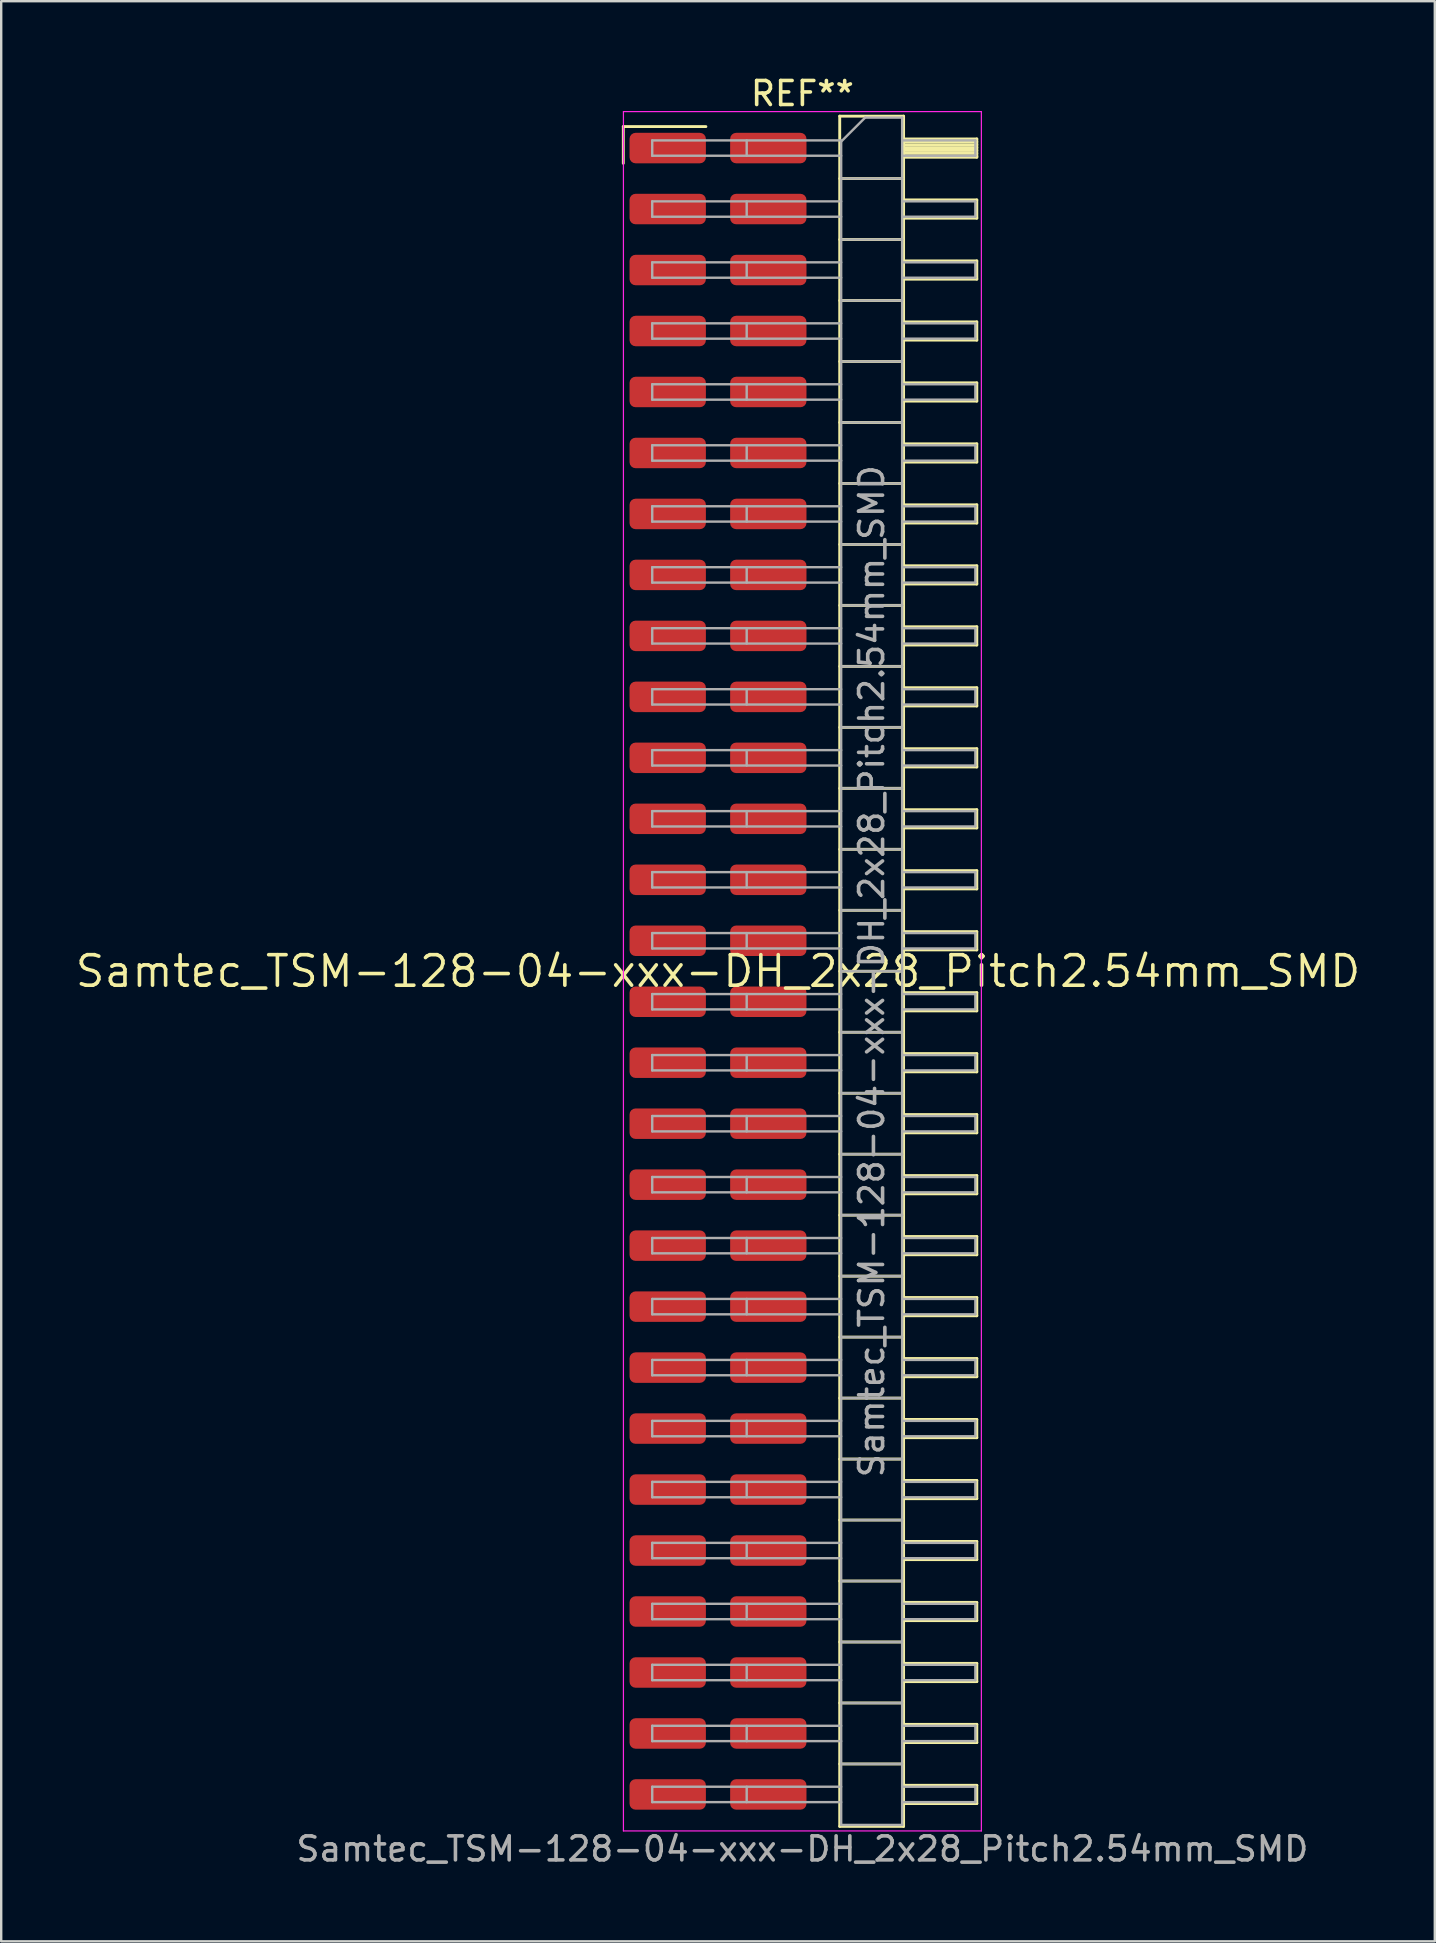
<source format=kicad_pcb>
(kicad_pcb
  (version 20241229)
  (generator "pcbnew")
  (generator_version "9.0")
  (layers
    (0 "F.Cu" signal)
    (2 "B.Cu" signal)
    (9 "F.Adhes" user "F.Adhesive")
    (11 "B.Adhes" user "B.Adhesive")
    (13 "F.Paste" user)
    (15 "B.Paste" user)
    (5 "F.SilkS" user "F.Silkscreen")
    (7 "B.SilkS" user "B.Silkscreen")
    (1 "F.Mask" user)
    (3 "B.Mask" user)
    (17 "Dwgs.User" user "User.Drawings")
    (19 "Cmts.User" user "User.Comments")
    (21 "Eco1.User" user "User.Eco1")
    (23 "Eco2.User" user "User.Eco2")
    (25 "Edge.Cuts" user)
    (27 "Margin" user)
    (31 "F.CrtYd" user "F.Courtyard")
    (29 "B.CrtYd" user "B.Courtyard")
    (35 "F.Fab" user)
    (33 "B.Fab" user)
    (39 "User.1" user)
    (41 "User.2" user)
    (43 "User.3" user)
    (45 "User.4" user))
  (footprint "Samtec_TSM-128-04-xxx-DH_2x28_Pitch2.54mm_SMD"
    (layer "F.Cu")
    (at 26.859 37.408)
    (property "Reference" "Samtec_TSM-128-04-xxx-DH_2x28_Pitch2.54mm_SMD" (at 0 0 0) (layer "F.SilkS") (effects (font (size 1.27 1.27) (thickness 0.15))))
    (attr smd)
    (fp_line (start -3.945 -35.185) (end -0.505 -35.185) (stroke (width 0.12) (type solid)) (layer "F.SilkS"))
    (fp_line (start -3.945 -33.655) (end -3.945 -35.185) (stroke (width 0.12) (type solid)) (layer "F.SilkS"))
    (fp_line (start 5.07 -35.62) (end 7.73 -35.62) (stroke (width 0.12) (type solid)) (layer "F.SilkS"))
    (fp_line (start 5.07 -33.02) (end 7.73 -33.02) (stroke (width 0.12) (type solid)) (layer "F.SilkS"))
    (fp_line (start 5.07 -30.48) (end 7.73 -30.48) (stroke (width 0.12) (type solid)) (layer "F.SilkS"))
    (fp_line (start 5.07 -27.94) (end 7.73 -27.94) (stroke (width 0.12) (type solid)) (layer "F.SilkS"))
    (fp_line (start 5.07 -25.4) (end 7.73 -25.4) (stroke (width 0.12) (type solid)) (layer "F.SilkS"))
    (fp_line (start 5.07 -22.86) (end 7.73 -22.86) (stroke (width 0.12) (type solid)) (layer "F.SilkS"))
    (fp_line (start 5.07 -20.32) (end 7.73 -20.32) (stroke (width 0.12) (type solid)) (layer "F.SilkS"))
    (fp_line (start 5.07 -17.78) (end 7.73 -17.78) (stroke (width 0.12) (type solid)) (layer "F.SilkS"))
    (fp_line (start 5.07 -15.24) (end 7.73 -15.24) (stroke (width 0.12) (type solid)) (layer "F.SilkS"))
    (fp_line (start 5.07 -12.7) (end 7.73 -12.7) (stroke (width 0.12) (type solid)) (layer "F.SilkS"))
    (fp_line (start 5.07 -10.16) (end 7.73 -10.16) (stroke (width 0.12) (type solid)) (layer "F.SilkS"))
    (fp_line (start 5.07 -7.62) (end 7.73 -7.62) (stroke (width 0.12) (type solid)) (layer "F.SilkS"))
    (fp_line (start 5.07 -5.08) (end 7.73 -5.08) (stroke (width 0.12) (type solid)) (layer "F.SilkS"))
    (fp_line (start 5.07 -2.54) (end 7.73 -2.54) (stroke (width 0.12) (type solid)) (layer "F.SilkS"))
    (fp_line (start 5.07 0) (end 7.73 0) (stroke (width 0.12) (type solid)) (layer "F.SilkS"))
    (fp_line (start 5.07 2.54) (end 7.73 2.54) (stroke (width 0.12) (type solid)) (layer "F.SilkS"))
    (fp_line (start 5.07 5.08) (end 7.73 5.08) (stroke (width 0.12) (type solid)) (layer "F.SilkS"))
    (fp_line (start 5.07 7.62) (end 7.73 7.62) (stroke (width 0.12) (type solid)) (layer "F.SilkS"))
    (fp_line (start 5.07 10.16) (end 7.73 10.16) (stroke (width 0.12) (type solid)) (layer "F.SilkS"))
    (fp_line (start 5.07 12.7) (end 7.73 12.7) (stroke (width 0.12) (type solid)) (layer "F.SilkS"))
    (fp_line (start 5.07 15.24) (end 7.73 15.24) (stroke (width 0.12) (type solid)) (layer "F.SilkS"))
    (fp_line (start 5.07 17.78) (end 7.73 17.78) (stroke (width 0.12) (type solid)) (layer "F.SilkS"))
    (fp_line (start 5.07 20.32) (end 7.73 20.32) (stroke (width 0.12) (type solid)) (layer "F.SilkS"))
    (fp_line (start 5.07 22.86) (end 7.73 22.86) (stroke (width 0.12) (type solid)) (layer "F.SilkS"))
    (fp_line (start 5.07 25.4) (end 7.73 25.4) (stroke (width 0.12) (type solid)) (layer "F.SilkS"))
    (fp_line (start 5.07 27.94) (end 7.73 27.94) (stroke (width 0.12) (type solid)) (layer "F.SilkS"))
    (fp_line (start 5.07 30.48) (end 7.73 30.48) (stroke (width 0.12) (type solid)) (layer "F.SilkS"))
    (fp_line (start 5.07 33.02) (end 7.73 33.02) (stroke (width 0.12) (type solid)) (layer "F.SilkS"))
    (fp_line (start 5.07 35.62) (end 5.07 -35.62) (stroke (width 0.12) (type solid)) (layer "F.SilkS"))
    (fp_line (start 7.73 -35.62) (end 7.73 35.62) (stroke (width 0.12) (type solid)) (layer "F.SilkS"))
    (fp_line (start 7.73 -34.67) (end 10.78 -34.67) (stroke (width 0.12) (type solid)) (layer "F.SilkS"))
    (fp_line (start 7.73 -34.55) (end 10.78 -34.55) (stroke (width 0.12) (type solid)) (layer "F.SilkS"))
    (fp_line (start 7.73 -34.43) (end 10.78 -34.43) (stroke (width 0.12) (type solid)) (layer "F.SilkS"))
    (fp_line (start 7.73 -34.31) (end 10.78 -34.31) (stroke (width 0.12) (type solid)) (layer "F.SilkS"))
    (fp_line (start 7.73 -34.19) (end 10.78 -34.19) (stroke (width 0.12) (type solid)) (layer "F.SilkS"))
    (fp_line (start 7.73 -34.07) (end 10.78 -34.07) (stroke (width 0.12) (type solid)) (layer "F.SilkS"))
    (fp_line (start 7.73 -33.95) (end 10.78 -33.95) (stroke (width 0.12) (type solid)) (layer "F.SilkS"))
    (fp_line (start 7.73 -33.91) (end 10.78 -33.91) (stroke (width 0.12) (type solid)) (layer "F.SilkS"))
    (fp_line (start 7.73 -32.13) (end 10.78 -32.13) (stroke (width 0.12) (type solid)) (layer "F.SilkS"))
    (fp_line (start 7.73 -31.37) (end 10.78 -31.37) (stroke (width 0.12) (type solid)) (layer "F.SilkS"))
    (fp_line (start 7.73 -29.59) (end 10.78 -29.59) (stroke (width 0.12) (type solid)) (layer "F.SilkS"))
    (fp_line (start 7.73 -28.83) (end 10.78 -28.83) (stroke (width 0.12) (type solid)) (layer "F.SilkS"))
    (fp_line (start 7.73 -27.05) (end 10.78 -27.05) (stroke (width 0.12) (type solid)) (layer "F.SilkS"))
    (fp_line (start 7.73 -26.29) (end 10.78 -26.29) (stroke (width 0.12) (type solid)) (layer "F.SilkS"))
    (fp_line (start 7.73 -24.51) (end 10.78 -24.51) (stroke (width 0.12) (type solid)) (layer "F.SilkS"))
    (fp_line (start 7.73 -23.75) (end 10.78 -23.75) (stroke (width 0.12) (type solid)) (layer "F.SilkS"))
    (fp_line (start 7.73 -21.97) (end 10.78 -21.97) (stroke (width 0.12) (type solid)) (layer "F.SilkS"))
    (fp_line (start 7.73 -21.21) (end 10.78 -21.21) (stroke (width 0.12) (type solid)) (layer "F.SilkS"))
    (fp_line (start 7.73 -19.43) (end 10.78 -19.43) (stroke (width 0.12) (type solid)) (layer "F.SilkS"))
    (fp_line (start 7.73 -18.67) (end 10.78 -18.67) (stroke (width 0.12) (type solid)) (layer "F.SilkS"))
    (fp_line (start 7.73 -16.89) (end 10.78 -16.89) (stroke (width 0.12) (type solid)) (layer "F.SilkS"))
    (fp_line (start 7.73 -16.13) (end 10.78 -16.13) (stroke (width 0.12) (type solid)) (layer "F.SilkS"))
    (fp_line (start 7.73 -14.35) (end 10.78 -14.35) (stroke (width 0.12) (type solid)) (layer "F.SilkS"))
    (fp_line (start 7.73 -13.59) (end 10.78 -13.59) (stroke (width 0.12) (type solid)) (layer "F.SilkS"))
    (fp_line (start 7.73 -11.81) (end 10.78 -11.81) (stroke (width 0.12) (type solid)) (layer "F.SilkS"))
    (fp_line (start 7.73 -11.05) (end 10.78 -11.05) (stroke (width 0.12) (type solid)) (layer "F.SilkS"))
    (fp_line (start 7.73 -9.27) (end 10.78 -9.27) (stroke (width 0.12) (type solid)) (layer "F.SilkS"))
    (fp_line (start 7.73 -8.51) (end 10.78 -8.51) (stroke (width 0.12) (type solid)) (layer "F.SilkS"))
    (fp_line (start 7.73 -6.73) (end 10.78 -6.73) (stroke (width 0.12) (type solid)) (layer "F.SilkS"))
    (fp_line (start 7.73 -5.97) (end 10.78 -5.97) (stroke (width 0.12) (type solid)) (layer "F.SilkS"))
    (fp_line (start 7.73 -4.19) (end 10.78 -4.19) (stroke (width 0.12) (type solid)) (layer "F.SilkS"))
    (fp_line (start 7.73 -3.43) (end 10.78 -3.43) (stroke (width 0.12) (type solid)) (layer "F.SilkS"))
    (fp_line (start 7.73 -1.65) (end 10.78 -1.65) (stroke (width 0.12) (type solid)) (layer "F.SilkS"))
    (fp_line (start 7.73 -0.89) (end 10.78 -0.89) (stroke (width 0.12) (type solid)) (layer "F.SilkS"))
    (fp_line (start 7.73 0.89) (end 10.78 0.89) (stroke (width 0.12) (type solid)) (layer "F.SilkS"))
    (fp_line (start 7.73 1.65) (end 10.78 1.65) (stroke (width 0.12) (type solid)) (layer "F.SilkS"))
    (fp_line (start 7.73 3.43) (end 10.78 3.43) (stroke (width 0.12) (type solid)) (layer "F.SilkS"))
    (fp_line (start 7.73 4.19) (end 10.78 4.19) (stroke (width 0.12) (type solid)) (layer "F.SilkS"))
    (fp_line (start 7.73 5.97) (end 10.78 5.97) (stroke (width 0.12) (type solid)) (layer "F.SilkS"))
    (fp_line (start 7.73 6.73) (end 10.78 6.73) (stroke (width 0.12) (type solid)) (layer "F.SilkS"))
    (fp_line (start 7.73 8.51) (end 10.78 8.51) (stroke (width 0.12) (type solid)) (layer "F.SilkS"))
    (fp_line (start 7.73 9.27) (end 10.78 9.27) (stroke (width 0.12) (type solid)) (layer "F.SilkS"))
    (fp_line (start 7.73 11.05) (end 10.78 11.05) (stroke (width 0.12) (type solid)) (layer "F.SilkS"))
    (fp_line (start 7.73 11.81) (end 10.78 11.81) (stroke (width 0.12) (type solid)) (layer "F.SilkS"))
    (fp_line (start 7.73 13.59) (end 10.78 13.59) (stroke (width 0.12) (type solid)) (layer "F.SilkS"))
    (fp_line (start 7.73 14.35) (end 10.78 14.35) (stroke (width 0.12) (type solid)) (layer "F.SilkS"))
    (fp_line (start 7.73 16.13) (end 10.78 16.13) (stroke (width 0.12) (type solid)) (layer "F.SilkS"))
    (fp_line (start 7.73 16.89) (end 10.78 16.89) (stroke (width 0.12) (type solid)) (layer "F.SilkS"))
    (fp_line (start 7.73 18.67) (end 10.78 18.67) (stroke (width 0.12) (type solid)) (layer "F.SilkS"))
    (fp_line (start 7.73 19.43) (end 10.78 19.43) (stroke (width 0.12) (type solid)) (layer "F.SilkS"))
    (fp_line (start 7.73 21.21) (end 10.78 21.21) (stroke (width 0.12) (type solid)) (layer "F.SilkS"))
    (fp_line (start 7.73 21.97) (end 10.78 21.97) (stroke (width 0.12) (type solid)) (layer "F.SilkS"))
    (fp_line (start 7.73 23.75) (end 10.78 23.75) (stroke (width 0.12) (type solid)) (layer "F.SilkS"))
    (fp_line (start 7.73 24.51) (end 10.78 24.51) (stroke (width 0.12) (type solid)) (layer "F.SilkS"))
    (fp_line (start 7.73 26.29) (end 10.78 26.29) (stroke (width 0.12) (type solid)) (layer "F.SilkS"))
    (fp_line (start 7.73 27.05) (end 10.78 27.05) (stroke (width 0.12) (type solid)) (layer "F.SilkS"))
    (fp_line (start 7.73 28.83) (end 10.78 28.83) (stroke (width 0.12) (type solid)) (layer "F.SilkS"))
    (fp_line (start 7.73 29.59) (end 10.78 29.59) (stroke (width 0.12) (type solid)) (layer "F.SilkS"))
    (fp_line (start 7.73 31.37) (end 10.78 31.37) (stroke (width 0.12) (type solid)) (layer "F.SilkS"))
    (fp_line (start 7.73 32.13) (end 10.78 32.13) (stroke (width 0.12) (type solid)) (layer "F.SilkS"))
    (fp_line (start 7.73 33.91) (end 10.78 33.91) (stroke (width 0.12) (type solid)) (layer "F.SilkS"))
    (fp_line (start 7.73 34.67) (end 10.78 34.67) (stroke (width 0.12) (type solid)) (layer "F.SilkS"))
    (fp_line (start 7.73 35.62) (end 5.07 35.62) (stroke (width 0.12) (type solid)) (layer "F.SilkS"))
    (fp_line (start 10.78 -34.67) (end 10.78 -33.91) (stroke (width 0.12) (type solid)) (layer "F.SilkS"))
    (fp_line (start 10.78 -32.13) (end 10.78 -31.37) (stroke (width 0.12) (type solid)) (layer "F.SilkS"))
    (fp_line (start 10.78 -29.59) (end 10.78 -28.83) (stroke (width 0.12) (type solid)) (layer "F.SilkS"))
    (fp_line (start 10.78 -27.05) (end 10.78 -26.29) (stroke (width 0.12) (type solid)) (layer "F.SilkS"))
    (fp_line (start 10.78 -24.51) (end 10.78 -23.75) (stroke (width 0.12) (type solid)) (layer "F.SilkS"))
    (fp_line (start 10.78 -21.97) (end 10.78 -21.21) (stroke (width 0.12) (type solid)) (layer "F.SilkS"))
    (fp_line (start 10.78 -19.43) (end 10.78 -18.67) (stroke (width 0.12) (type solid)) (layer "F.SilkS"))
    (fp_line (start 10.78 -16.89) (end 10.78 -16.13) (stroke (width 0.12) (type solid)) (layer "F.SilkS"))
    (fp_line (start 10.78 -14.35) (end 10.78 -13.59) (stroke (width 0.12) (type solid)) (layer "F.SilkS"))
    (fp_line (start 10.78 -11.81) (end 10.78 -11.05) (stroke (width 0.12) (type solid)) (layer "F.SilkS"))
    (fp_line (start 10.78 -9.27) (end 10.78 -8.51) (stroke (width 0.12) (type solid)) (layer "F.SilkS"))
    (fp_line (start 10.78 -6.73) (end 10.78 -5.97) (stroke (width 0.12) (type solid)) (layer "F.SilkS"))
    (fp_line (start 10.78 -4.19) (end 10.78 -3.43) (stroke (width 0.12) (type solid)) (layer "F.SilkS"))
    (fp_line (start 10.78 -1.65) (end 10.78 -0.89) (stroke (width 0.12) (type solid)) (layer "F.SilkS"))
    (fp_line (start 10.78 0.89) (end 10.78 1.65) (stroke (width 0.12) (type solid)) (layer "F.SilkS"))
    (fp_line (start 10.78 3.43) (end 10.78 4.19) (stroke (width 0.12) (type solid)) (layer "F.SilkS"))
    (fp_line (start 10.78 5.97) (end 10.78 6.73) (stroke (width 0.12) (type solid)) (layer "F.SilkS"))
    (fp_line (start 10.78 8.51) (end 10.78 9.27) (stroke (width 0.12) (type solid)) (layer "F.SilkS"))
    (fp_line (start 10.78 11.05) (end 10.78 11.81) (stroke (width 0.12) (type solid)) (layer "F.SilkS"))
    (fp_line (start 10.78 13.59) (end 10.78 14.35) (stroke (width 0.12) (type solid)) (layer "F.SilkS"))
    (fp_line (start 10.78 16.13) (end 10.78 16.89) (stroke (width 0.12) (type solid)) (layer "F.SilkS"))
    (fp_line (start 10.78 18.67) (end 10.78 19.43) (stroke (width 0.12) (type solid)) (layer "F.SilkS"))
    (fp_line (start 10.78 21.21) (end 10.78 21.97) (stroke (width 0.12) (type solid)) (layer "F.SilkS"))
    (fp_line (start 10.78 23.75) (end 10.78 24.51) (stroke (width 0.12) (type solid)) (layer "F.SilkS"))
    (fp_line (start 10.78 26.29) (end 10.78 27.05) (stroke (width 0.12) (type solid)) (layer "F.SilkS"))
    (fp_line (start 10.78 28.83) (end 10.78 29.59) (stroke (width 0.12) (type solid)) (layer "F.SilkS"))
    (fp_line (start 10.78 31.37) (end 10.78 32.13) (stroke (width 0.12) (type solid)) (layer "F.SilkS"))
    (fp_line (start 10.78 33.91) (end 10.78 34.67) (stroke (width 0.12) (type solid)) (layer "F.SilkS"))
    (fp_line (start -3.94 -35.81) (end 10.97 -35.81) (stroke (width 0.05) (type solid)) (layer "F.CrtYd"))
    (fp_line (start -3.94 35.81) (end -3.94 -35.81) (stroke (width 0.05) (type solid)) (layer "F.CrtYd"))
    (fp_line (start 10.97 -35.81) (end 10.97 35.81) (stroke (width 0.05) (type solid)) (layer "F.CrtYd"))
    (fp_line (start 10.97 35.81) (end -3.94 35.81) (stroke (width 0.05) (type solid)) (layer "F.CrtYd"))
    (fp_line (start -2.74 -34.61) (end -2.74 -33.97) (stroke (width 0.1) (type solid)) (layer "F.Fab"))
    (fp_line (start -2.74 -34.61) (end 5.13 -34.61) (stroke (width 0.1) (type solid)) (layer "F.Fab"))
    (fp_line (start -2.74 -33.97) (end 5.13 -33.97) (stroke (width 0.1) (type solid)) (layer "F.Fab"))
    (fp_line (start -2.74 -32.07) (end -2.74 -31.43) (stroke (width 0.1) (type solid)) (layer "F.Fab"))
    (fp_line (start -2.74 -32.07) (end 5.13 -32.07) (stroke (width 0.1) (type solid)) (layer "F.Fab"))
    (fp_line (start -2.74 -31.43) (end 5.13 -31.43) (stroke (width 0.1) (type solid)) (layer "F.Fab"))
    (fp_line (start -2.74 -29.53) (end -2.74 -28.89) (stroke (width 0.1) (type solid)) (layer "F.Fab"))
    (fp_line (start -2.74 -29.53) (end 5.13 -29.53) (stroke (width 0.1) (type solid)) (layer "F.Fab"))
    (fp_line (start -2.74 -28.89) (end 5.13 -28.89) (stroke (width 0.1) (type solid)) (layer "F.Fab"))
    (fp_line (start -2.74 -26.99) (end -2.74 -26.35) (stroke (width 0.1) (type solid)) (layer "F.Fab"))
    (fp_line (start -2.74 -26.99) (end 5.13 -26.99) (stroke (width 0.1) (type solid)) (layer "F.Fab"))
    (fp_line (start -2.74 -26.35) (end 5.13 -26.35) (stroke (width 0.1) (type solid)) (layer "F.Fab"))
    (fp_line (start -2.74 -24.45) (end -2.74 -23.81) (stroke (width 0.1) (type solid)) (layer "F.Fab"))
    (fp_line (start -2.74 -24.45) (end 5.13 -24.45) (stroke (width 0.1) (type solid)) (layer "F.Fab"))
    (fp_line (start -2.74 -23.81) (end 5.13 -23.81) (stroke (width 0.1) (type solid)) (layer "F.Fab"))
    (fp_line (start -2.74 -21.91) (end -2.74 -21.27) (stroke (width 0.1) (type solid)) (layer "F.Fab"))
    (fp_line (start -2.74 -21.91) (end 5.13 -21.91) (stroke (width 0.1) (type solid)) (layer "F.Fab"))
    (fp_line (start -2.74 -21.27) (end 5.13 -21.27) (stroke (width 0.1) (type solid)) (layer "F.Fab"))
    (fp_line (start -2.74 -19.37) (end -2.74 -18.73) (stroke (width 0.1) (type solid)) (layer "F.Fab"))
    (fp_line (start -2.74 -19.37) (end 5.13 -19.37) (stroke (width 0.1) (type solid)) (layer "F.Fab"))
    (fp_line (start -2.74 -18.73) (end 5.13 -18.73) (stroke (width 0.1) (type solid)) (layer "F.Fab"))
    (fp_line (start -2.74 -16.83) (end -2.74 -16.19) (stroke (width 0.1) (type solid)) (layer "F.Fab"))
    (fp_line (start -2.74 -16.83) (end 5.13 -16.83) (stroke (width 0.1) (type solid)) (layer "F.Fab"))
    (fp_line (start -2.74 -16.19) (end 5.13 -16.19) (stroke (width 0.1) (type solid)) (layer "F.Fab"))
    (fp_line (start -2.74 -14.29) (end -2.74 -13.65) (stroke (width 0.1) (type solid)) (layer "F.Fab"))
    (fp_line (start -2.74 -14.29) (end 5.13 -14.29) (stroke (width 0.1) (type solid)) (layer "F.Fab"))
    (fp_line (start -2.74 -13.65) (end 5.13 -13.65) (stroke (width 0.1) (type solid)) (layer "F.Fab"))
    (fp_line (start -2.74 -11.75) (end -2.74 -11.11) (stroke (width 0.1) (type solid)) (layer "F.Fab"))
    (fp_line (start -2.74 -11.75) (end 5.13 -11.75) (stroke (width 0.1) (type solid)) (layer "F.Fab"))
    (fp_line (start -2.74 -11.11) (end 5.13 -11.11) (stroke (width 0.1) (type solid)) (layer "F.Fab"))
    (fp_line (start -2.74 -9.21) (end -2.74 -8.57) (stroke (width 0.1) (type solid)) (layer "F.Fab"))
    (fp_line (start -2.74 -9.21) (end 5.13 -9.21) (stroke (width 0.1) (type solid)) (layer "F.Fab"))
    (fp_line (start -2.74 -8.57) (end 5.13 -8.57) (stroke (width 0.1) (type solid)) (layer "F.Fab"))
    (fp_line (start -2.74 -6.67) (end -2.74 -6.03) (stroke (width 0.1) (type solid)) (layer "F.Fab"))
    (fp_line (start -2.74 -6.67) (end 5.13 -6.67) (stroke (width 0.1) (type solid)) (layer "F.Fab"))
    (fp_line (start -2.74 -6.03) (end 5.13 -6.03) (stroke (width 0.1) (type solid)) (layer "F.Fab"))
    (fp_line (start -2.74 -4.13) (end -2.74 -3.49) (stroke (width 0.1) (type solid)) (layer "F.Fab"))
    (fp_line (start -2.74 -4.13) (end 5.13 -4.13) (stroke (width 0.1) (type solid)) (layer "F.Fab"))
    (fp_line (start -2.74 -3.49) (end 5.13 -3.49) (stroke (width 0.1) (type solid)) (layer "F.Fab"))
    (fp_line (start -2.74 -1.59) (end -2.74 -0.95) (stroke (width 0.1) (type solid)) (layer "F.Fab"))
    (fp_line (start -2.74 -1.59) (end 5.13 -1.59) (stroke (width 0.1) (type solid)) (layer "F.Fab"))
    (fp_line (start -2.74 -0.95) (end 5.13 -0.95) (stroke (width 0.1) (type solid)) (layer "F.Fab"))
    (fp_line (start -2.74 0.95) (end -2.74 1.59) (stroke (width 0.1) (type solid)) (layer "F.Fab"))
    (fp_line (start -2.74 0.95) (end 5.13 0.95) (stroke (width 0.1) (type solid)) (layer "F.Fab"))
    (fp_line (start -2.74 1.59) (end 5.13 1.59) (stroke (width 0.1) (type solid)) (layer "F.Fab"))
    (fp_line (start -2.74 3.49) (end -2.74 4.13) (stroke (width 0.1) (type solid)) (layer "F.Fab"))
    (fp_line (start -2.74 3.49) (end 5.13 3.49) (stroke (width 0.1) (type solid)) (layer "F.Fab"))
    (fp_line (start -2.74 4.13) (end 5.13 4.13) (stroke (width 0.1) (type solid)) (layer "F.Fab"))
    (fp_line (start -2.74 6.03) (end -2.74 6.67) (stroke (width 0.1) (type solid)) (layer "F.Fab"))
    (fp_line (start -2.74 6.03) (end 5.13 6.03) (stroke (width 0.1) (type solid)) (layer "F.Fab"))
    (fp_line (start -2.74 6.67) (end 5.13 6.67) (stroke (width 0.1) (type solid)) (layer "F.Fab"))
    (fp_line (start -2.74 8.57) (end -2.74 9.21) (stroke (width 0.1) (type solid)) (layer "F.Fab"))
    (fp_line (start -2.74 8.57) (end 5.13 8.57) (stroke (width 0.1) (type solid)) (layer "F.Fab"))
    (fp_line (start -2.74 9.21) (end 5.13 9.21) (stroke (width 0.1) (type solid)) (layer "F.Fab"))
    (fp_line (start -2.74 11.11) (end -2.74 11.75) (stroke (width 0.1) (type solid)) (layer "F.Fab"))
    (fp_line (start -2.74 11.11) (end 5.13 11.11) (stroke (width 0.1) (type solid)) (layer "F.Fab"))
    (fp_line (start -2.74 11.75) (end 5.13 11.75) (stroke (width 0.1) (type solid)) (layer "F.Fab"))
    (fp_line (start -2.74 13.65) (end -2.74 14.29) (stroke (width 0.1) (type solid)) (layer "F.Fab"))
    (fp_line (start -2.74 13.65) (end 5.13 13.65) (stroke (width 0.1) (type solid)) (layer "F.Fab"))
    (fp_line (start -2.74 14.29) (end 5.13 14.29) (stroke (width 0.1) (type solid)) (layer "F.Fab"))
    (fp_line (start -2.74 16.19) (end -2.74 16.83) (stroke (width 0.1) (type solid)) (layer "F.Fab"))
    (fp_line (start -2.74 16.19) (end 5.13 16.19) (stroke (width 0.1) (type solid)) (layer "F.Fab"))
    (fp_line (start -2.74 16.83) (end 5.13 16.83) (stroke (width 0.1) (type solid)) (layer "F.Fab"))
    (fp_line (start -2.74 18.73) (end -2.74 19.37) (stroke (width 0.1) (type solid)) (layer "F.Fab"))
    (fp_line (start -2.74 18.73) (end 5.13 18.73) (stroke (width 0.1) (type solid)) (layer "F.Fab"))
    (fp_line (start -2.74 19.37) (end 5.13 19.37) (stroke (width 0.1) (type solid)) (layer "F.Fab"))
    (fp_line (start -2.74 21.27) (end -2.74 21.91) (stroke (width 0.1) (type solid)) (layer "F.Fab"))
    (fp_line (start -2.74 21.27) (end 5.13 21.27) (stroke (width 0.1) (type solid)) (layer "F.Fab"))
    (fp_line (start -2.74 21.91) (end 5.13 21.91) (stroke (width 0.1) (type solid)) (layer "F.Fab"))
    (fp_line (start -2.74 23.81) (end -2.74 24.45) (stroke (width 0.1) (type solid)) (layer "F.Fab"))
    (fp_line (start -2.74 23.81) (end 5.13 23.81) (stroke (width 0.1) (type solid)) (layer "F.Fab"))
    (fp_line (start -2.74 24.45) (end 5.13 24.45) (stroke (width 0.1) (type solid)) (layer "F.Fab"))
    (fp_line (start -2.74 26.35) (end -2.74 26.99) (stroke (width 0.1) (type solid)) (layer "F.Fab"))
    (fp_line (start -2.74 26.35) (end 5.13 26.35) (stroke (width 0.1) (type solid)) (layer "F.Fab"))
    (fp_line (start -2.74 26.99) (end 5.13 26.99) (stroke (width 0.1) (type solid)) (layer "F.Fab"))
    (fp_line (start -2.74 28.89) (end -2.74 29.53) (stroke (width 0.1) (type solid)) (layer "F.Fab"))
    (fp_line (start -2.74 28.89) (end 5.13 28.89) (stroke (width 0.1) (type solid)) (layer "F.Fab"))
    (fp_line (start -2.74 29.53) (end 5.13 29.53) (stroke (width 0.1) (type solid)) (layer "F.Fab"))
    (fp_line (start -2.74 31.43) (end -2.74 32.07) (stroke (width 0.1) (type solid)) (layer "F.Fab"))
    (fp_line (start -2.74 31.43) (end 5.13 31.43) (stroke (width 0.1) (type solid)) (layer "F.Fab"))
    (fp_line (start -2.74 32.07) (end 5.13 32.07) (stroke (width 0.1) (type solid)) (layer "F.Fab"))
    (fp_line (start -2.74 33.97) (end -2.74 34.61) (stroke (width 0.1) (type solid)) (layer "F.Fab"))
    (fp_line (start -2.74 33.97) (end 5.13 33.97) (stroke (width 0.1) (type solid)) (layer "F.Fab"))
    (fp_line (start -2.74 34.61) (end 5.13 34.61) (stroke (width 0.1) (type solid)) (layer "F.Fab"))
    (fp_line (start 1.195 -34.61) (end 1.195 -33.97) (stroke (width 0.1) (type solid)) (layer "F.Fab"))
    (fp_line (start 1.195 -32.07) (end 1.195 -31.43) (stroke (width 0.1) (type solid)) (layer "F.Fab"))
    (fp_line (start 1.195 -29.53) (end 1.195 -28.89) (stroke (width 0.1) (type solid)) (layer "F.Fab"))
    (fp_line (start 1.195 -26.99) (end 1.195 -26.35) (stroke (width 0.1) (type solid)) (layer "F.Fab"))
    (fp_line (start 1.195 -24.45) (end 1.195 -23.81) (stroke (width 0.1) (type solid)) (layer "F.Fab"))
    (fp_line (start 1.195 -21.91) (end 1.195 -21.27) (stroke (width 0.1) (type solid)) (layer "F.Fab"))
    (fp_line (start 1.195 -19.37) (end 1.195 -18.73) (stroke (width 0.1) (type solid)) (layer "F.Fab"))
    (fp_line (start 1.195 -16.83) (end 1.195 -16.19) (stroke (width 0.1) (type solid)) (layer "F.Fab"))
    (fp_line (start 1.195 -14.29) (end 1.195 -13.65) (stroke (width 0.1) (type solid)) (layer "F.Fab"))
    (fp_line (start 1.195 -11.75) (end 1.195 -11.11) (stroke (width 0.1) (type solid)) (layer "F.Fab"))
    (fp_line (start 1.195 -9.21) (end 1.195 -8.57) (stroke (width 0.1) (type solid)) (layer "F.Fab"))
    (fp_line (start 1.195 -6.67) (end 1.195 -6.03) (stroke (width 0.1) (type solid)) (layer "F.Fab"))
    (fp_line (start 1.195 -4.13) (end 1.195 -3.49) (stroke (width 0.1) (type solid)) (layer "F.Fab"))
    (fp_line (start 1.195 -1.59) (end 1.195 -0.95) (stroke (width 0.1) (type solid)) (layer "F.Fab"))
    (fp_line (start 1.195 0.95) (end 1.195 1.59) (stroke (width 0.1) (type solid)) (layer "F.Fab"))
    (fp_line (start 1.195 3.49) (end 1.195 4.13) (stroke (width 0.1) (type solid)) (layer "F.Fab"))
    (fp_line (start 1.195 6.03) (end 1.195 6.67) (stroke (width 0.1) (type solid)) (layer "F.Fab"))
    (fp_line (start 1.195 8.57) (end 1.195 9.21) (stroke (width 0.1) (type solid)) (layer "F.Fab"))
    (fp_line (start 1.195 11.11) (end 1.195 11.75) (stroke (width 0.1) (type solid)) (layer "F.Fab"))
    (fp_line (start 1.195 13.65) (end 1.195 14.29) (stroke (width 0.1) (type solid)) (layer "F.Fab"))
    (fp_line (start 1.195 16.19) (end 1.195 16.83) (stroke (width 0.1) (type solid)) (layer "F.Fab"))
    (fp_line (start 1.195 18.73) (end 1.195 19.37) (stroke (width 0.1) (type solid)) (layer "F.Fab"))
    (fp_line (start 1.195 21.27) (end 1.195 21.91) (stroke (width 0.1) (type solid)) (layer "F.Fab"))
    (fp_line (start 1.195 23.81) (end 1.195 24.45) (stroke (width 0.1) (type solid)) (layer "F.Fab"))
    (fp_line (start 1.195 26.35) (end 1.195 26.99) (stroke (width 0.1) (type solid)) (layer "F.Fab"))
    (fp_line (start 1.195 28.89) (end 1.195 29.53) (stroke (width 0.1) (type solid)) (layer "F.Fab"))
    (fp_line (start 1.195 31.43) (end 1.195 32.07) (stroke (width 0.1) (type solid)) (layer "F.Fab"))
    (fp_line (start 1.195 33.97) (end 1.195 34.61) (stroke (width 0.1) (type solid)) (layer "F.Fab"))
    (fp_line (start 5.13 -34.56) (end 6.13 -35.56) (stroke (width 0.1) (type solid)) (layer "F.Fab"))
    (fp_line (start 5.13 -33.02) (end 7.67 -33.02) (stroke (width 0.1) (type solid)) (layer "F.Fab"))
    (fp_line (start 5.13 -30.48) (end 7.67 -30.48) (stroke (width 0.1) (type solid)) (layer "F.Fab"))
    (fp_line (start 5.13 -27.94) (end 7.67 -27.94) (stroke (width 0.1) (type solid)) (layer "F.Fab"))
    (fp_line (start 5.13 -25.4) (end 7.67 -25.4) (stroke (width 0.1) (type solid)) (layer "F.Fab"))
    (fp_line (start 5.13 -22.86) (end 7.67 -22.86) (stroke (width 0.1) (type solid)) (layer "F.Fab"))
    (fp_line (start 5.13 -20.32) (end 7.67 -20.32) (stroke (width 0.1) (type solid)) (layer "F.Fab"))
    (fp_line (start 5.13 -17.78) (end 7.67 -17.78) (stroke (width 0.1) (type solid)) (layer "F.Fab"))
    (fp_line (start 5.13 -15.24) (end 7.67 -15.24) (stroke (width 0.1) (type solid)) (layer "F.Fab"))
    (fp_line (start 5.13 -12.7) (end 7.67 -12.7) (stroke (width 0.1) (type solid)) (layer "F.Fab"))
    (fp_line (start 5.13 -10.16) (end 7.67 -10.16) (stroke (width 0.1) (type solid)) (layer "F.Fab"))
    (fp_line (start 5.13 -7.62) (end 7.67 -7.62) (stroke (width 0.1) (type solid)) (layer "F.Fab"))
    (fp_line (start 5.13 -5.08) (end 7.67 -5.08) (stroke (width 0.1) (type solid)) (layer "F.Fab"))
    (fp_line (start 5.13 -2.54) (end 7.67 -2.54) (stroke (width 0.1) (type solid)) (layer "F.Fab"))
    (fp_line (start 5.13 0) (end 7.67 0) (stroke (width 0.1) (type solid)) (layer "F.Fab"))
    (fp_line (start 5.13 2.54) (end 7.67 2.54) (stroke (width 0.1) (type solid)) (layer "F.Fab"))
    (fp_line (start 5.13 5.08) (end 7.67 5.08) (stroke (width 0.1) (type solid)) (layer "F.Fab"))
    (fp_line (start 5.13 7.62) (end 7.67 7.62) (stroke (width 0.1) (type solid)) (layer "F.Fab"))
    (fp_line (start 5.13 10.16) (end 7.67 10.16) (stroke (width 0.1) (type solid)) (layer "F.Fab"))
    (fp_line (start 5.13 12.7) (end 7.67 12.7) (stroke (width 0.1) (type solid)) (layer "F.Fab"))
    (fp_line (start 5.13 15.24) (end 7.67 15.24) (stroke (width 0.1) (type solid)) (layer "F.Fab"))
    (fp_line (start 5.13 17.78) (end 7.67 17.78) (stroke (width 0.1) (type solid)) (layer "F.Fab"))
    (fp_line (start 5.13 20.32) (end 7.67 20.32) (stroke (width 0.1) (type solid)) (layer "F.Fab"))
    (fp_line (start 5.13 22.86) (end 7.67 22.86) (stroke (width 0.1) (type solid)) (layer "F.Fab"))
    (fp_line (start 5.13 25.4) (end 7.67 25.4) (stroke (width 0.1) (type solid)) (layer "F.Fab"))
    (fp_line (start 5.13 27.94) (end 7.67 27.94) (stroke (width 0.1) (type solid)) (layer "F.Fab"))
    (fp_line (start 5.13 30.48) (end 7.67 30.48) (stroke (width 0.1) (type solid)) (layer "F.Fab"))
    (fp_line (start 5.13 33.02) (end 7.67 33.02) (stroke (width 0.1) (type solid)) (layer "F.Fab"))
    (fp_line (start 5.13 35.56) (end 5.13 -34.56) (stroke (width 0.1) (type solid)) (layer "F.Fab"))
    (fp_line (start 6.13 -35.56) (end 7.67 -35.56) (stroke (width 0.1) (type solid)) (layer "F.Fab"))
    (fp_line (start 7.67 -35.56) (end 7.67 35.56) (stroke (width 0.1) (type solid)) (layer "F.Fab"))
    (fp_line (start 7.67 -34.61) (end 10.72 -34.61) (stroke (width 0.1) (type solid)) (layer "F.Fab"))
    (fp_line (start 7.67 -33.97) (end 10.72 -33.97) (stroke (width 0.1) (type solid)) (layer "F.Fab"))
    (fp_line (start 7.67 -32.07) (end 10.72 -32.07) (stroke (width 0.1) (type solid)) (layer "F.Fab"))
    (fp_line (start 7.67 -31.43) (end 10.72 -31.43) (stroke (width 0.1) (type solid)) (layer "F.Fab"))
    (fp_line (start 7.67 -29.53) (end 10.72 -29.53) (stroke (width 0.1) (type solid)) (layer "F.Fab"))
    (fp_line (start 7.67 -28.89) (end 10.72 -28.89) (stroke (width 0.1) (type solid)) (layer "F.Fab"))
    (fp_line (start 7.67 -26.99) (end 10.72 -26.99) (stroke (width 0.1) (type solid)) (layer "F.Fab"))
    (fp_line (start 7.67 -26.35) (end 10.72 -26.35) (stroke (width 0.1) (type solid)) (layer "F.Fab"))
    (fp_line (start 7.67 -24.45) (end 10.72 -24.45) (stroke (width 0.1) (type solid)) (layer "F.Fab"))
    (fp_line (start 7.67 -23.81) (end 10.72 -23.81) (stroke (width 0.1) (type solid)) (layer "F.Fab"))
    (fp_line (start 7.67 -21.91) (end 10.72 -21.91) (stroke (width 0.1) (type solid)) (layer "F.Fab"))
    (fp_line (start 7.67 -21.27) (end 10.72 -21.27) (stroke (width 0.1) (type solid)) (layer "F.Fab"))
    (fp_line (start 7.67 -19.37) (end 10.72 -19.37) (stroke (width 0.1) (type solid)) (layer "F.Fab"))
    (fp_line (start 7.67 -18.73) (end 10.72 -18.73) (stroke (width 0.1) (type solid)) (layer "F.Fab"))
    (fp_line (start 7.67 -16.83) (end 10.72 -16.83) (stroke (width 0.1) (type solid)) (layer "F.Fab"))
    (fp_line (start 7.67 -16.19) (end 10.72 -16.19) (stroke (width 0.1) (type solid)) (layer "F.Fab"))
    (fp_line (start 7.67 -14.29) (end 10.72 -14.29) (stroke (width 0.1) (type solid)) (layer "F.Fab"))
    (fp_line (start 7.67 -13.65) (end 10.72 -13.65) (stroke (width 0.1) (type solid)) (layer "F.Fab"))
    (fp_line (start 7.67 -11.75) (end 10.72 -11.75) (stroke (width 0.1) (type solid)) (layer "F.Fab"))
    (fp_line (start 7.67 -11.11) (end 10.72 -11.11) (stroke (width 0.1) (type solid)) (layer "F.Fab"))
    (fp_line (start 7.67 -9.21) (end 10.72 -9.21) (stroke (width 0.1) (type solid)) (layer "F.Fab"))
    (fp_line (start 7.67 -8.57) (end 10.72 -8.57) (stroke (width 0.1) (type solid)) (layer "F.Fab"))
    (fp_line (start 7.67 -6.67) (end 10.72 -6.67) (stroke (width 0.1) (type solid)) (layer "F.Fab"))
    (fp_line (start 7.67 -6.03) (end 10.72 -6.03) (stroke (width 0.1) (type solid)) (layer "F.Fab"))
    (fp_line (start 7.67 -4.13) (end 10.72 -4.13) (stroke (width 0.1) (type solid)) (layer "F.Fab"))
    (fp_line (start 7.67 -3.49) (end 10.72 -3.49) (stroke (width 0.1) (type solid)) (layer "F.Fab"))
    (fp_line (start 7.67 -1.59) (end 10.72 -1.59) (stroke (width 0.1) (type solid)) (layer "F.Fab"))
    (fp_line (start 7.67 -0.95) (end 10.72 -0.95) (stroke (width 0.1) (type solid)) (layer "F.Fab"))
    (fp_line (start 7.67 0.95) (end 10.72 0.95) (stroke (width 0.1) (type solid)) (layer "F.Fab"))
    (fp_line (start 7.67 1.59) (end 10.72 1.59) (stroke (width 0.1) (type solid)) (layer "F.Fab"))
    (fp_line (start 7.67 3.49) (end 10.72 3.49) (stroke (width 0.1) (type solid)) (layer "F.Fab"))
    (fp_line (start 7.67 4.13) (end 10.72 4.13) (stroke (width 0.1) (type solid)) (layer "F.Fab"))
    (fp_line (start 7.67 6.03) (end 10.72 6.03) (stroke (width 0.1) (type solid)) (layer "F.Fab"))
    (fp_line (start 7.67 6.67) (end 10.72 6.67) (stroke (width 0.1) (type solid)) (layer "F.Fab"))
    (fp_line (start 7.67 8.57) (end 10.72 8.57) (stroke (width 0.1) (type solid)) (layer "F.Fab"))
    (fp_line (start 7.67 9.21) (end 10.72 9.21) (stroke (width 0.1) (type solid)) (layer "F.Fab"))
    (fp_line (start 7.67 11.11) (end 10.72 11.11) (stroke (width 0.1) (type solid)) (layer "F.Fab"))
    (fp_line (start 7.67 11.75) (end 10.72 11.75) (stroke (width 0.1) (type solid)) (layer "F.Fab"))
    (fp_line (start 7.67 13.65) (end 10.72 13.65) (stroke (width 0.1) (type solid)) (layer "F.Fab"))
    (fp_line (start 7.67 14.29) (end 10.72 14.29) (stroke (width 0.1) (type solid)) (layer "F.Fab"))
    (fp_line (start 7.67 16.19) (end 10.72 16.19) (stroke (width 0.1) (type solid)) (layer "F.Fab"))
    (fp_line (start 7.67 16.83) (end 10.72 16.83) (stroke (width 0.1) (type solid)) (layer "F.Fab"))
    (fp_line (start 7.67 18.73) (end 10.72 18.73) (stroke (width 0.1) (type solid)) (layer "F.Fab"))
    (fp_line (start 7.67 19.37) (end 10.72 19.37) (stroke (width 0.1) (type solid)) (layer "F.Fab"))
    (fp_line (start 7.67 21.27) (end 10.72 21.27) (stroke (width 0.1) (type solid)) (layer "F.Fab"))
    (fp_line (start 7.67 21.91) (end 10.72 21.91) (stroke (width 0.1) (type solid)) (layer "F.Fab"))
    (fp_line (start 7.67 23.81) (end 10.72 23.81) (stroke (width 0.1) (type solid)) (layer "F.Fab"))
    (fp_line (start 7.67 24.45) (end 10.72 24.45) (stroke (width 0.1) (type solid)) (layer "F.Fab"))
    (fp_line (start 7.67 26.35) (end 10.72 26.35) (stroke (width 0.1) (type solid)) (layer "F.Fab"))
    (fp_line (start 7.67 26.99) (end 10.72 26.99) (stroke (width 0.1) (type solid)) (layer "F.Fab"))
    (fp_line (start 7.67 28.89) (end 10.72 28.89) (stroke (width 0.1) (type solid)) (layer "F.Fab"))
    (fp_line (start 7.67 29.53) (end 10.72 29.53) (stroke (width 0.1) (type solid)) (layer "F.Fab"))
    (fp_line (start 7.67 31.43) (end 10.72 31.43) (stroke (width 0.1) (type solid)) (layer "F.Fab"))
    (fp_line (start 7.67 32.07) (end 10.72 32.07) (stroke (width 0.1) (type solid)) (layer "F.Fab"))
    (fp_line (start 7.67 33.97) (end 10.72 33.97) (stroke (width 0.1) (type solid)) (layer "F.Fab"))
    (fp_line (start 7.67 34.61) (end 10.72 34.61) (stroke (width 0.1) (type solid)) (layer "F.Fab"))
    (fp_line (start 7.67 35.56) (end 5.13 35.56) (stroke (width 0.1) (type solid)) (layer "F.Fab"))
    (fp_line (start 10.72 -34.61) (end 10.72 -33.97) (stroke (width 0.1) (type solid)) (layer "F.Fab"))
    (fp_line (start 10.72 -32.07) (end 10.72 -31.43) (stroke (width 0.1) (type solid)) (layer "F.Fab"))
    (fp_line (start 10.72 -29.53) (end 10.72 -28.89) (stroke (width 0.1) (type solid)) (layer "F.Fab"))
    (fp_line (start 10.72 -26.99) (end 10.72 -26.35) (stroke (width 0.1) (type solid)) (layer "F.Fab"))
    (fp_line (start 10.72 -24.45) (end 10.72 -23.81) (stroke (width 0.1) (type solid)) (layer "F.Fab"))
    (fp_line (start 10.72 -21.91) (end 10.72 -21.27) (stroke (width 0.1) (type solid)) (layer "F.Fab"))
    (fp_line (start 10.72 -19.37) (end 10.72 -18.73) (stroke (width 0.1) (type solid)) (layer "F.Fab"))
    (fp_line (start 10.72 -16.83) (end 10.72 -16.19) (stroke (width 0.1) (type solid)) (layer "F.Fab"))
    (fp_line (start 10.72 -14.29) (end 10.72 -13.65) (stroke (width 0.1) (type solid)) (layer "F.Fab"))
    (fp_line (start 10.72 -11.75) (end 10.72 -11.11) (stroke (width 0.1) (type solid)) (layer "F.Fab"))
    (fp_line (start 10.72 -9.21) (end 10.72 -8.57) (stroke (width 0.1) (type solid)) (layer "F.Fab"))
    (fp_line (start 10.72 -6.67) (end 10.72 -6.03) (stroke (width 0.1) (type solid)) (layer "F.Fab"))
    (fp_line (start 10.72 -4.13) (end 10.72 -3.49) (stroke (width 0.1) (type solid)) (layer "F.Fab"))
    (fp_line (start 10.72 -1.59) (end 10.72 -0.95) (stroke (width 0.1) (type solid)) (layer "F.Fab"))
    (fp_line (start 10.72 0.95) (end 10.72 1.59) (stroke (width 0.1) (type solid)) (layer "F.Fab"))
    (fp_line (start 10.72 3.49) (end 10.72 4.13) (stroke (width 0.1) (type solid)) (layer "F.Fab"))
    (fp_line (start 10.72 6.03) (end 10.72 6.67) (stroke (width 0.1) (type solid)) (layer "F.Fab"))
    (fp_line (start 10.72 8.57) (end 10.72 9.21) (stroke (width 0.1) (type solid)) (layer "F.Fab"))
    (fp_line (start 10.72 11.11) (end 10.72 11.75) (stroke (width 0.1) (type solid)) (layer "F.Fab"))
    (fp_line (start 10.72 13.65) (end 10.72 14.29) (stroke (width 0.1) (type solid)) (layer "F.Fab"))
    (fp_line (start 10.72 16.19) (end 10.72 16.83) (stroke (width 0.1) (type solid)) (layer "F.Fab"))
    (fp_line (start 10.72 18.73) (end 10.72 19.37) (stroke (width 0.1) (type solid)) (layer "F.Fab"))
    (fp_line (start 10.72 21.27) (end 10.72 21.91) (stroke (width 0.1) (type solid)) (layer "F.Fab"))
    (fp_line (start 10.72 23.81) (end 10.72 24.45) (stroke (width 0.1) (type solid)) (layer "F.Fab"))
    (fp_line (start 10.72 26.35) (end 10.72 26.99) (stroke (width 0.1) (type solid)) (layer "F.Fab"))
    (fp_line (start 10.72 28.89) (end 10.72 29.53) (stroke (width 0.1) (type solid)) (layer "F.Fab"))
    (fp_line (start 10.72 31.43) (end 10.72 32.07) (stroke (width 0.1) (type solid)) (layer "F.Fab"))
    (fp_line (start 10.72 33.97) (end 10.72 34.61) (stroke (width 0.1) (type solid)) (layer "F.Fab"))
    (fp_text user "REF**" (at 3.515 -36.56 0) (layer "F.SilkS") (effects (font (size 1 1) (thickness 0.15))))
    (fp_text user "Samtec_TSM-128-04-xxx-DH_2x28_Pitch2.54mm_SMD" (at 3.515 36.56 0) (layer "F.Fab") (effects (font (size 1 1) (thickness 0.15))))
    (fp_text user "${REFERENCE}" (at 6.4 0 90) (layer "F.Fab") (effects (font (size 1 1) (thickness 0.15))))
    (pad "1" smd roundrect (at -2.095 -34.29) (size 3.18 1.27) (layers "F.Cu" "F.Mask" "F.Paste") (roundrect_rratio 0.197))
    (pad "2" smd roundrect (at 2.095 -34.29) (size 3.18 1.27) (layers "F.Cu" "F.Mask" "F.Paste") (roundrect_rratio 0.197))
    (pad "3" smd roundrect (at -2.095 -31.75) (size 3.18 1.27) (layers "F.Cu" "F.Mask" "F.Paste") (roundrect_rratio 0.197))
    (pad "4" smd roundrect (at 2.095 -31.75) (size 3.18 1.27) (layers "F.Cu" "F.Mask" "F.Paste") (roundrect_rratio 0.197))
    (pad "5" smd roundrect (at -2.095 -29.21) (size 3.18 1.27) (layers "F.Cu" "F.Mask" "F.Paste") (roundrect_rratio 0.197))
    (pad "6" smd roundrect (at 2.095 -29.21) (size 3.18 1.27) (layers "F.Cu" "F.Mask" "F.Paste") (roundrect_rratio 0.197))
    (pad "7" smd roundrect (at -2.095 -26.67) (size 3.18 1.27) (layers "F.Cu" "F.Mask" "F.Paste") (roundrect_rratio 0.197))
    (pad "8" smd roundrect (at 2.095 -26.67) (size 3.18 1.27) (layers "F.Cu" "F.Mask" "F.Paste") (roundrect_rratio 0.197))
    (pad "9" smd roundrect (at -2.095 -24.13) (size 3.18 1.27) (layers "F.Cu" "F.Mask" "F.Paste") (roundrect_rratio 0.197))
    (pad "10" smd roundrect (at 2.095 -24.13) (size 3.18 1.27) (layers "F.Cu" "F.Mask" "F.Paste") (roundrect_rratio 0.197))
    (pad "11" smd roundrect (at -2.095 -21.59) (size 3.18 1.27) (layers "F.Cu" "F.Mask" "F.Paste") (roundrect_rratio 0.197))
    (pad "12" smd roundrect (at 2.095 -21.59) (size 3.18 1.27) (layers "F.Cu" "F.Mask" "F.Paste") (roundrect_rratio 0.197))
    (pad "13" smd roundrect (at -2.095 -19.05) (size 3.18 1.27) (layers "F.Cu" "F.Mask" "F.Paste") (roundrect_rratio 0.197))
    (pad "14" smd roundrect (at 2.095 -19.05) (size 3.18 1.27) (layers "F.Cu" "F.Mask" "F.Paste") (roundrect_rratio 0.197))
    (pad "15" smd roundrect (at -2.095 -16.51) (size 3.18 1.27) (layers "F.Cu" "F.Mask" "F.Paste") (roundrect_rratio 0.197))
    (pad "16" smd roundrect (at 2.095 -16.51) (size 3.18 1.27) (layers "F.Cu" "F.Mask" "F.Paste") (roundrect_rratio 0.197))
    (pad "17" smd roundrect (at -2.095 -13.97) (size 3.18 1.27) (layers "F.Cu" "F.Mask" "F.Paste") (roundrect_rratio 0.197))
    (pad "18" smd roundrect (at 2.095 -13.97) (size 3.18 1.27) (layers "F.Cu" "F.Mask" "F.Paste") (roundrect_rratio 0.197))
    (pad "19" smd roundrect (at -2.095 -11.43) (size 3.18 1.27) (layers "F.Cu" "F.Mask" "F.Paste") (roundrect_rratio 0.197))
    (pad "20" smd roundrect (at 2.095 -11.43) (size 3.18 1.27) (layers "F.Cu" "F.Mask" "F.Paste") (roundrect_rratio 0.197))
    (pad "21" smd roundrect (at -2.095 -8.89) (size 3.18 1.27) (layers "F.Cu" "F.Mask" "F.Paste") (roundrect_rratio 0.197))
    (pad "22" smd roundrect (at 2.095 -8.89) (size 3.18 1.27) (layers "F.Cu" "F.Mask" "F.Paste") (roundrect_rratio 0.197))
    (pad "23" smd roundrect (at -2.095 -6.35) (size 3.18 1.27) (layers "F.Cu" "F.Mask" "F.Paste") (roundrect_rratio 0.197))
    (pad "24" smd roundrect (at 2.095 -6.35) (size 3.18 1.27) (layers "F.Cu" "F.Mask" "F.Paste") (roundrect_rratio 0.197))
    (pad "25" smd roundrect (at -2.095 -3.81) (size 3.18 1.27) (layers "F.Cu" "F.Mask" "F.Paste") (roundrect_rratio 0.197))
    (pad "26" smd roundrect (at 2.095 -3.81) (size 3.18 1.27) (layers "F.Cu" "F.Mask" "F.Paste") (roundrect_rratio 0.197))
    (pad "27" smd roundrect (at -2.095 -1.27) (size 3.18 1.27) (layers "F.Cu" "F.Mask" "F.Paste") (roundrect_rratio 0.197))
    (pad "28" smd roundrect (at 2.095 -1.27) (size 3.18 1.27) (layers "F.Cu" "F.Mask" "F.Paste") (roundrect_rratio 0.197))
    (pad "29" smd roundrect (at -2.095 1.27) (size 3.18 1.27) (layers "F.Cu" "F.Mask" "F.Paste") (roundrect_rratio 0.197))
    (pad "30" smd roundrect (at 2.095 1.27) (size 3.18 1.27) (layers "F.Cu" "F.Mask" "F.Paste") (roundrect_rratio 0.197))
    (pad "31" smd roundrect (at -2.095 3.81) (size 3.18 1.27) (layers "F.Cu" "F.Mask" "F.Paste") (roundrect_rratio 0.197))
    (pad "32" smd roundrect (at 2.095 3.81) (size 3.18 1.27) (layers "F.Cu" "F.Mask" "F.Paste") (roundrect_rratio 0.197))
    (pad "33" smd roundrect (at -2.095 6.35) (size 3.18 1.27) (layers "F.Cu" "F.Mask" "F.Paste") (roundrect_rratio 0.197))
    (pad "34" smd roundrect (at 2.095 6.35) (size 3.18 1.27) (layers "F.Cu" "F.Mask" "F.Paste") (roundrect_rratio 0.197))
    (pad "35" smd roundrect (at -2.095 8.89) (size 3.18 1.27) (layers "F.Cu" "F.Mask" "F.Paste") (roundrect_rratio 0.197))
    (pad "36" smd roundrect (at 2.095 8.89) (size 3.18 1.27) (layers "F.Cu" "F.Mask" "F.Paste") (roundrect_rratio 0.197))
    (pad "37" smd roundrect (at -2.095 11.43) (size 3.18 1.27) (layers "F.Cu" "F.Mask" "F.Paste") (roundrect_rratio 0.197))
    (pad "38" smd roundrect (at 2.095 11.43) (size 3.18 1.27) (layers "F.Cu" "F.Mask" "F.Paste") (roundrect_rratio 0.197))
    (pad "39" smd roundrect (at -2.095 13.97) (size 3.18 1.27) (layers "F.Cu" "F.Mask" "F.Paste") (roundrect_rratio 0.197))
    (pad "40" smd roundrect (at 2.095 13.97) (size 3.18 1.27) (layers "F.Cu" "F.Mask" "F.Paste") (roundrect_rratio 0.197))
    (pad "41" smd roundrect (at -2.095 16.51) (size 3.18 1.27) (layers "F.Cu" "F.Mask" "F.Paste") (roundrect_rratio 0.197))
    (pad "42" smd roundrect (at 2.095 16.51) (size 3.18 1.27) (layers "F.Cu" "F.Mask" "F.Paste") (roundrect_rratio 0.197))
    (pad "43" smd roundrect (at -2.095 19.05) (size 3.18 1.27) (layers "F.Cu" "F.Mask" "F.Paste") (roundrect_rratio 0.197))
    (pad "44" smd roundrect (at 2.095 19.05) (size 3.18 1.27) (layers "F.Cu" "F.Mask" "F.Paste") (roundrect_rratio 0.197))
    (pad "45" smd roundrect (at -2.095 21.59) (size 3.18 1.27) (layers "F.Cu" "F.Mask" "F.Paste") (roundrect_rratio 0.197))
    (pad "46" smd roundrect (at 2.095 21.59) (size 3.18 1.27) (layers "F.Cu" "F.Mask" "F.Paste") (roundrect_rratio 0.197))
    (pad "47" smd roundrect (at -2.095 24.13) (size 3.18 1.27) (layers "F.Cu" "F.Mask" "F.Paste") (roundrect_rratio 0.197))
    (pad "48" smd roundrect (at 2.095 24.13) (size 3.18 1.27) (layers "F.Cu" "F.Mask" "F.Paste") (roundrect_rratio 0.197))
    (pad "49" smd roundrect (at -2.095 26.67) (size 3.18 1.27) (layers "F.Cu" "F.Mask" "F.Paste") (roundrect_rratio 0.197))
    (pad "50" smd roundrect (at 2.095 26.67) (size 3.18 1.27) (layers "F.Cu" "F.Mask" "F.Paste") (roundrect_rratio 0.197))
    (pad "51" smd roundrect (at -2.095 29.21) (size 3.18 1.27) (layers "F.Cu" "F.Mask" "F.Paste") (roundrect_rratio 0.197))
    (pad "52" smd roundrect (at 2.095 29.21) (size 3.18 1.27) (layers "F.Cu" "F.Mask" "F.Paste") (roundrect_rratio 0.197))
    (pad "53" smd roundrect (at -2.095 31.75) (size 3.18 1.27) (layers "F.Cu" "F.Mask" "F.Paste") (roundrect_rratio 0.197))
    (pad "54" smd roundrect (at 2.095 31.75) (size 3.18 1.27) (layers "F.Cu" "F.Mask" "F.Paste") (roundrect_rratio 0.197))
    (pad "55" smd roundrect (at -2.095 34.29) (size 3.18 1.27) (layers "F.Cu" "F.Mask" "F.Paste") (roundrect_rratio 0.197))
    (pad "56" smd roundrect (at 2.095 34.29) (size 3.18 1.27) (layers "F.Cu" "F.Mask" "F.Paste") (roundrect_rratio 0.197)))
  (gr_rect
    (start -3 -3)
    (end 56.717 77.817)
    (stroke (width 0.1) (type default))
    (fill no)
    (layer "Edge.Cuts")))
</source>
